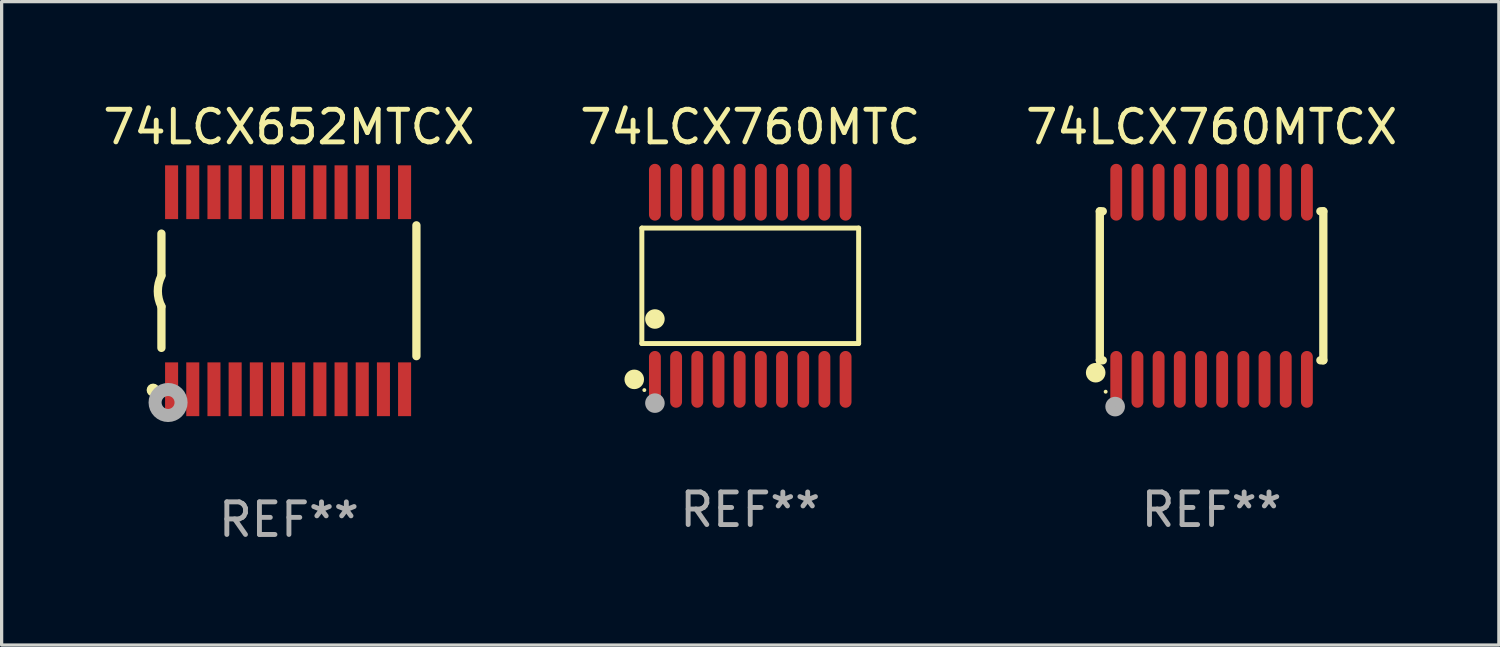
<source format=kicad_pcb>
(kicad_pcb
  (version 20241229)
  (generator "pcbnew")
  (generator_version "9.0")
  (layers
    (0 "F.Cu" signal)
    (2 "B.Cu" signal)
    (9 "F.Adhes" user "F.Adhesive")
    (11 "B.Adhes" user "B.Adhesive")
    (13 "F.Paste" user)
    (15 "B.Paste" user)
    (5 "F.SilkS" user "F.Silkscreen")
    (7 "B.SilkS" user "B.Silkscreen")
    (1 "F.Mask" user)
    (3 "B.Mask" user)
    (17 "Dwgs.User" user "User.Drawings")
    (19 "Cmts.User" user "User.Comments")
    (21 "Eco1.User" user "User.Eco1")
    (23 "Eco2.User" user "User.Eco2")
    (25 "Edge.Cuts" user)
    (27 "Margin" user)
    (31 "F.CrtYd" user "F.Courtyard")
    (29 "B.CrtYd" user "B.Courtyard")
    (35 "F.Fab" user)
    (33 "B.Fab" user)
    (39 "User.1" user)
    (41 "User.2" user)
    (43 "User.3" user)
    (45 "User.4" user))
  (footprint "74LCX760MTC"
    (layer "F.Cu")
    (at 19.97 5.719)
    (property "Reference" "74LCX760MTC" (at 0 -4.871 0) (layer "F.SilkS") (effects (font (size 1 1) (thickness 0.15))))
    (attr through_hole)
    (fp_line (start -3.326 -1.771) (end 3.326 -1.771) (stroke (width 0.152) (type solid)) (layer "F.SilkS"))
    (fp_line (start -3.326 1.771) (end -3.326 -1.771) (stroke (width 0.152) (type solid)) (layer "F.SilkS"))
    (fp_line (start 3.326 -1.771) (end 3.326 1.771) (stroke (width 0.152) (type solid)) (layer "F.SilkS"))
    (fp_line (start 3.326 1.771) (end -3.326 1.771) (stroke (width 0.152) (type solid)) (layer "F.SilkS"))
    (fp_circle (center -3.559 2.871) (end -3.409 2.871) (stroke (width 0.3) (type solid)) (fill no) (layer "F.SilkS"))
    (fp_circle (center -3.25 3.2) (end -3.22 3.2) (stroke (width 0.06) (type solid)) (fill no) (layer "F.SilkS"))
    (fp_circle (center -2.925 1.019) (end -2.775 1.019) (stroke (width 0.3) (type solid)) (fill no) (layer "F.SilkS"))
    (fp_circle (center -2.925 3.6) (end -2.775 3.6) (stroke (width 0.3) (type solid)) (fill no) (layer "F.Fab"))
    (fp_text user "REF**" (at 0 6.871 0) (layer "F.Fab") (effects (font (size 1 1) (thickness 0.15))))
    (pad "1" smd oval (at -2.925 2.871) (size 0.364 1.742) (layers "F.Cu" "F.Mask" "F.Paste"))
    (pad "2" smd oval (at -2.275 2.871) (size 0.364 1.742) (layers "F.Cu" "F.Mask" "F.Paste"))
    (pad "3" smd oval (at -1.625 2.871) (size 0.364 1.742) (layers "F.Cu" "F.Mask" "F.Paste"))
    (pad "4" smd oval (at -0.975 2.871) (size 0.364 1.742) (layers "F.Cu" "F.Mask" "F.Paste"))
    (pad "5" smd oval (at -0.325 2.871) (size 0.364 1.742) (layers "F.Cu" "F.Mask" "F.Paste"))
    (pad "6" smd oval (at 0.325 2.871) (size 0.364 1.742) (layers "F.Cu" "F.Mask" "F.Paste"))
    (pad "7" smd oval (at 0.975 2.871) (size 0.364 1.742) (layers "F.Cu" "F.Mask" "F.Paste"))
    (pad "8" smd oval (at 1.625 2.871) (size 0.364 1.742) (layers "F.Cu" "F.Mask" "F.Paste"))
    (pad "9" smd oval (at 2.275 2.871) (size 0.364 1.742) (layers "F.Cu" "F.Mask" "F.Paste"))
    (pad "10" smd oval (at 2.925 2.871) (size 0.364 1.742) (layers "F.Cu" "F.Mask" "F.Paste"))
    (pad "11" smd oval (at 2.925 -2.871) (size 0.364 1.742) (layers "F.Cu" "F.Mask" "F.Paste"))
    (pad "12" smd oval (at 2.275 -2.871) (size 0.364 1.742) (layers "F.Cu" "F.Mask" "F.Paste"))
    (pad "13" smd oval (at 1.625 -2.871) (size 0.364 1.742) (layers "F.Cu" "F.Mask" "F.Paste"))
    (pad "14" smd oval (at 0.975 -2.871) (size 0.364 1.742) (layers "F.Cu" "F.Mask" "F.Paste"))
    (pad "15" smd oval (at 0.325 -2.871) (size 0.364 1.742) (layers "F.Cu" "F.Mask" "F.Paste"))
    (pad "16" smd oval (at -0.325 -2.871) (size 0.364 1.742) (layers "F.Cu" "F.Mask" "F.Paste"))
    (pad "17" smd oval (at -0.975 -2.871) (size 0.364 1.742) (layers "F.Cu" "F.Mask" "F.Paste"))
    (pad "18" smd oval (at -1.625 -2.871) (size 0.364 1.742) (layers "F.Cu" "F.Mask" "F.Paste"))
    (pad "19" smd oval (at -2.275 -2.871) (size 0.364 1.742) (layers "F.Cu" "F.Mask" "F.Paste"))
    (pad "20" smd oval (at -2.925 -2.871) (size 0.364 1.742) (layers "F.Cu" "F.Mask" "F.Paste")))
  (footprint "74LCX652MTCX"
    (layer "F.Cu")
    (at 5.815 5.871)
    (property "Reference" "74LCX652MTCX" (at 0 -5.023 0) (layer "F.SilkS") (effects (font (size 1 1) (thickness 0.15))))
    (attr through_hole)
    (fp_line (start -3.912 -0.483) (end -3.912 -1.753) (stroke (width 0.254) (type solid)) (layer "F.SilkS"))
    (fp_line (start -3.912 1.753) (end -3.912 0.483) (stroke (width 0.254) (type solid)) (layer "F.SilkS"))
    (fp_line (start 3.912 -2.007) (end 3.912 2.007) (stroke (width 0.254) (type solid)) (layer "F.SilkS"))
    (fp_arc (start -3.911608 0.482601) (mid -4.022537 0.0127) (end -3.911608 -0.457201) (stroke (width 0.254001) (type solid)) (layer "F.SilkS"))
    (fp_circle (center -4.166 3.048) (end -4.066 3.048) (stroke (width 0.2) (type solid)) (fill no) (layer "F.SilkS"))
    (fp_circle (center -3.925 3.186) (end -3.895 3.186) (stroke (width 0.06) (type solid)) (fill no) (layer "F.SilkS"))
    (fp_circle (center -3.708 3.429) (end -3.509 3.429) (stroke (width 0.4) (type solid)) (fill no) (layer "F.Fab"))
    (fp_text user "REF**" (at 0 7.023 0) (layer "F.Fab") (effects (font (size 1 1) (thickness 0.15))))
    (pad "1" smd rect (at -3.6 3.023) (size 0.4 1.65) (layers "F.Cu" "F.Mask" "F.Paste"))
    (pad "2" smd rect (at -2.95 3.023) (size 0.4 1.65) (layers "F.Cu" "F.Mask" "F.Paste"))
    (pad "3" smd rect (at -2.3 3.023) (size 0.4 1.65) (layers "F.Cu" "F.Mask" "F.Paste"))
    (pad "4" smd rect (at -1.65 3.023) (size 0.4 1.65) (layers "F.Cu" "F.Mask" "F.Paste"))
    (pad "5" smd rect (at -1 3.023) (size 0.4 1.65) (layers "F.Cu" "F.Mask" "F.Paste"))
    (pad "6" smd rect (at -0.35 3.023) (size 0.4 1.65) (layers "F.Cu" "F.Mask" "F.Paste"))
    (pad "7" smd rect (at 0.299 3.023) (size 0.4 1.65) (layers "F.Cu" "F.Mask" "F.Paste"))
    (pad "8" smd rect (at 0.95 3.023) (size 0.4 1.65) (layers "F.Cu" "F.Mask" "F.Paste"))
    (pad "9" smd rect (at 1.6 3.023) (size 0.4 1.65) (layers "F.Cu" "F.Mask" "F.Paste"))
    (pad "10" smd rect (at 2.25 3.023) (size 0.4 1.65) (layers "F.Cu" "F.Mask" "F.Paste"))
    (pad "11" smd rect (at 2.9 3.023) (size 0.4 1.65) (layers "F.Cu" "F.Mask" "F.Paste"))
    (pad "12" smd rect (at 3.549 3.023) (size 0.4 1.65) (layers "F.Cu" "F.Mask" "F.Paste"))
    (pad "13" smd rect (at 3.549 -3.023) (size 0.4 1.65) (layers "F.Cu" "F.Mask" "F.Paste"))
    (pad "14" smd rect (at 2.9 -3.023) (size 0.4 1.65) (layers "F.Cu" "F.Mask" "F.Paste"))
    (pad "15" smd rect (at 2.25 -3.023) (size 0.4 1.65) (layers "F.Cu" "F.Mask" "F.Paste"))
    (pad "16" smd rect (at 1.6 -3.023) (size 0.4 1.65) (layers "F.Cu" "F.Mask" "F.Paste"))
    (pad "17" smd rect (at 0.95 -3.023) (size 0.4 1.65) (layers "F.Cu" "F.Mask" "F.Paste"))
    (pad "18" smd rect (at 0.299 -3.023) (size 0.4 1.65) (layers "F.Cu" "F.Mask" "F.Paste"))
    (pad "19" smd rect (at -0.35 -3.023) (size 0.4 1.65) (layers "F.Cu" "F.Mask" "F.Paste"))
    (pad "20" smd rect (at -1 -3.023) (size 0.4 1.65) (layers "F.Cu" "F.Mask" "F.Paste"))
    (pad "21" smd rect (at -1.65 -3.023) (size 0.4 1.65) (layers "F.Cu" "F.Mask" "F.Paste"))
    (pad "22" smd rect (at -2.3 -3.023) (size 0.4 1.65) (layers "F.Cu" "F.Mask" "F.Paste"))
    (pad "23" smd rect (at -2.95 -3.023) (size 0.4 1.65) (layers "F.Cu" "F.Mask" "F.Paste"))
    (pad "24" smd rect (at -3.6 -3.023) (size 0.4 1.65) (layers "F.Cu" "F.Mask" "F.Paste")))
  (footprint "74LCX760MTCX"
    (layer "F.Cu")
    (at 34.125 5.719)
    (property "Reference" "74LCX760MTCX" (at 0 -4.871 0) (layer "F.SilkS") (effects (font (size 1 1) (thickness 0.15))))
    (attr through_hole)
    (fp_line (start -3.429 -2.286) (end -3.429 2.286) (stroke (width 0.254) (type solid)) (layer "F.SilkS"))
    (fp_line (start -3.429 2.286) (end -3.338 2.286) (stroke (width 0.254) (type solid)) (layer "F.SilkS"))
    (fp_line (start -3.338 -2.286) (end -3.429 -2.286) (stroke (width 0.254) (type solid)) (layer "F.SilkS"))
    (fp_line (start 3.338 -2.286) (end 3.429 -2.286) (stroke (width 0.254) (type solid)) (layer "F.SilkS"))
    (fp_line (start 3.429 -2.286) (end 3.429 2.286) (stroke (width 0.254) (type solid)) (layer "F.SilkS"))
    (fp_line (start 3.429 2.286) (end 3.338 2.286) (stroke (width 0.254) (type solid)) (layer "F.SilkS"))
    (fp_circle (center -3.556 2.667) (end -3.406 2.667) (stroke (width 0.3) (type solid)) (fill no) (layer "F.SilkS"))
    (fp_circle (center -3.25 3.25) (end -3.22 3.25) (stroke (width 0.06) (type solid)) (fill no) (layer "F.SilkS"))
    (fp_circle (center -2.959 3.707) (end -2.808 3.707) (stroke (width 0.3) (type solid)) (fill no) (layer "F.Fab"))
    (fp_text user "REF**" (at 0 6.871 0) (layer "F.Fab") (effects (font (size 1 1) (thickness 0.15))))
    (pad "1" smd oval (at -2.925 2.871) (size 0.364 1.742) (layers "F.Cu" "F.Mask" "F.Paste"))
    (pad "2" smd oval (at -2.275 2.871) (size 0.364 1.742) (layers "F.Cu" "F.Mask" "F.Paste"))
    (pad "3" smd oval (at -1.625 2.871) (size 0.364 1.742) (layers "F.Cu" "F.Mask" "F.Paste"))
    (pad "4" smd oval (at -0.975 2.871) (size 0.364 1.742) (layers "F.Cu" "F.Mask" "F.Paste"))
    (pad "5" smd oval (at -0.325 2.871) (size 0.364 1.742) (layers "F.Cu" "F.Mask" "F.Paste"))
    (pad "6" smd oval (at 0.325 2.871) (size 0.364 1.742) (layers "F.Cu" "F.Mask" "F.Paste"))
    (pad "7" smd oval (at 0.975 2.871) (size 0.364 1.742) (layers "F.Cu" "F.Mask" "F.Paste"))
    (pad "8" smd oval (at 1.625 2.871) (size 0.364 1.742) (layers "F.Cu" "F.Mask" "F.Paste"))
    (pad "9" smd oval (at 2.275 2.871) (size 0.364 1.742) (layers "F.Cu" "F.Mask" "F.Paste"))
    (pad "10" smd oval (at 2.925 2.871) (size 0.364 1.742) (layers "F.Cu" "F.Mask" "F.Paste"))
    (pad "11" smd oval (at 2.925 -2.871) (size 0.364 1.742) (layers "F.Cu" "F.Mask" "F.Paste"))
    (pad "12" smd oval (at 2.275 -2.871) (size 0.364 1.742) (layers "F.Cu" "F.Mask" "F.Paste"))
    (pad "13" smd oval (at 1.625 -2.871) (size 0.364 1.742) (layers "F.Cu" "F.Mask" "F.Paste"))
    (pad "14" smd oval (at 0.975 -2.871) (size 0.364 1.742) (layers "F.Cu" "F.Mask" "F.Paste"))
    (pad "15" smd oval (at 0.325 -2.871) (size 0.364 1.742) (layers "F.Cu" "F.Mask" "F.Paste"))
    (pad "16" smd oval (at -0.325 -2.871) (size 0.364 1.742) (layers "F.Cu" "F.Mask" "F.Paste"))
    (pad "17" smd oval (at -0.975 -2.871) (size 0.364 1.742) (layers "F.Cu" "F.Mask" "F.Paste"))
    (pad "18" smd oval (at -1.625 -2.871) (size 0.364 1.742) (layers "F.Cu" "F.Mask" "F.Paste"))
    (pad "19" smd oval (at -2.275 -2.871) (size 0.364 1.742) (layers "F.Cu" "F.Mask" "F.Paste"))
    (pad "20" smd oval (at -2.925 -2.871) (size 0.364 1.742) (layers "F.Cu" "F.Mask" "F.Paste")))
  (gr_rect
    (start -3 -3)
    (end 42.94 16.742)
    (stroke (width 0.1) (type default))
    (fill no)
    (layer "Edge.Cuts")))
</source>
